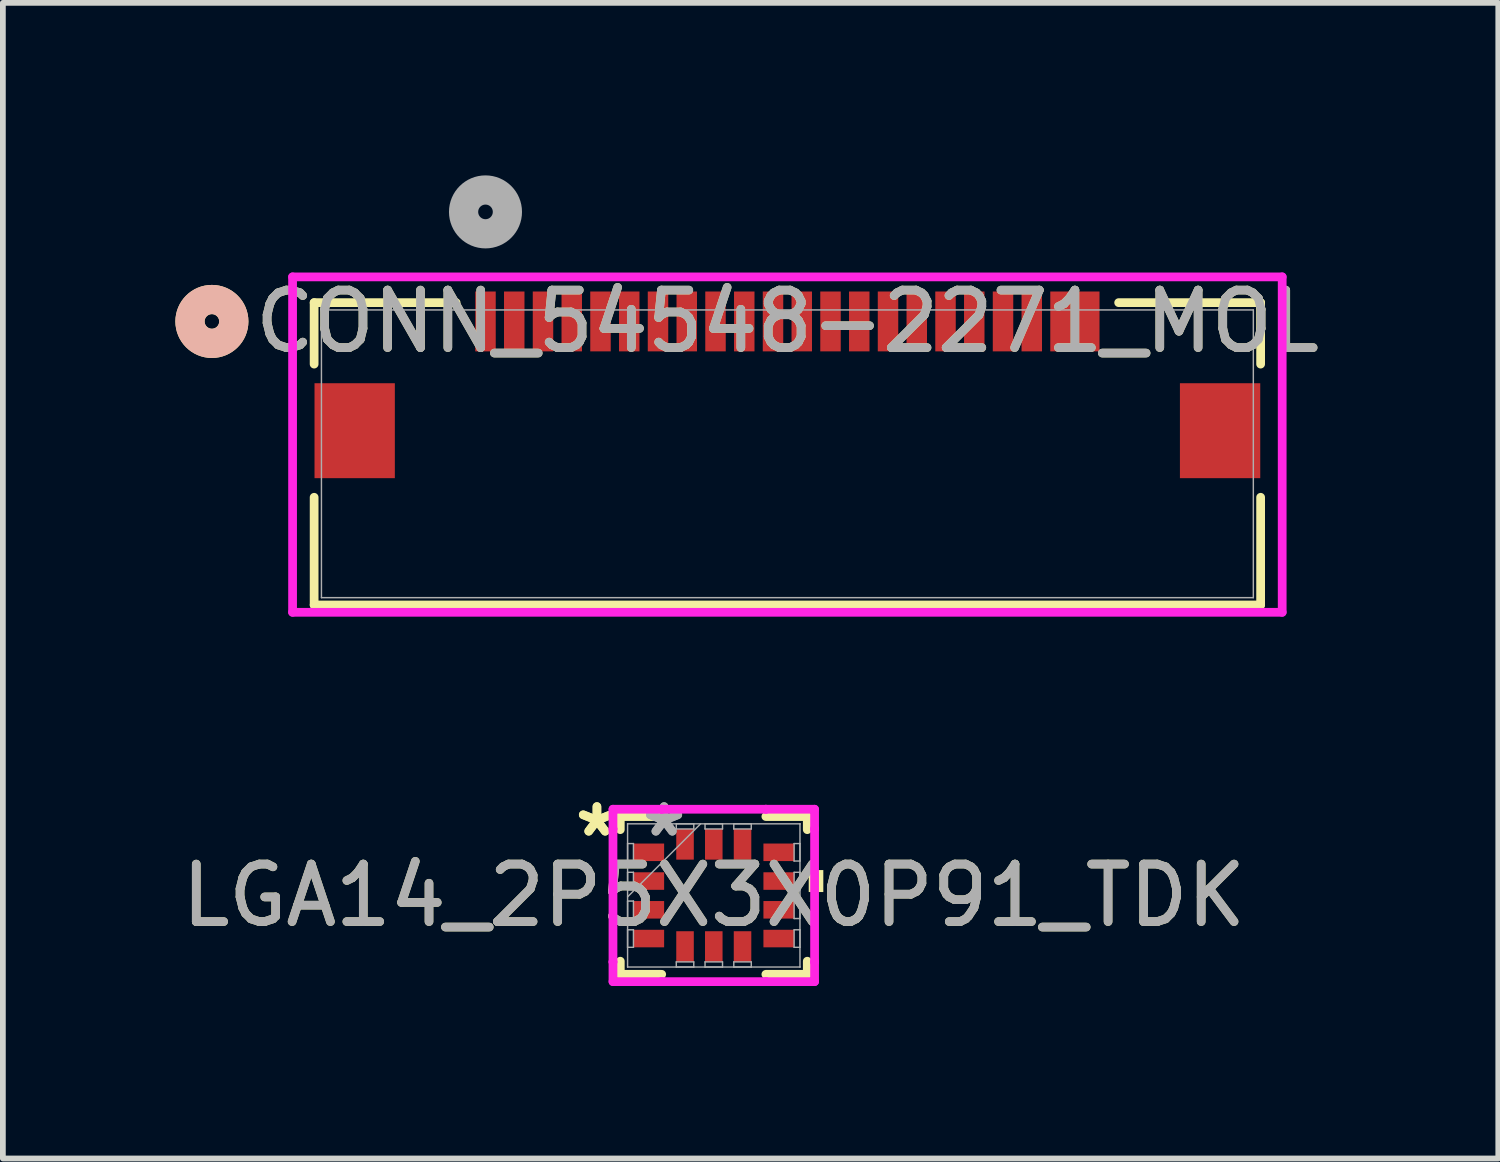
<source format=kicad_pcb>
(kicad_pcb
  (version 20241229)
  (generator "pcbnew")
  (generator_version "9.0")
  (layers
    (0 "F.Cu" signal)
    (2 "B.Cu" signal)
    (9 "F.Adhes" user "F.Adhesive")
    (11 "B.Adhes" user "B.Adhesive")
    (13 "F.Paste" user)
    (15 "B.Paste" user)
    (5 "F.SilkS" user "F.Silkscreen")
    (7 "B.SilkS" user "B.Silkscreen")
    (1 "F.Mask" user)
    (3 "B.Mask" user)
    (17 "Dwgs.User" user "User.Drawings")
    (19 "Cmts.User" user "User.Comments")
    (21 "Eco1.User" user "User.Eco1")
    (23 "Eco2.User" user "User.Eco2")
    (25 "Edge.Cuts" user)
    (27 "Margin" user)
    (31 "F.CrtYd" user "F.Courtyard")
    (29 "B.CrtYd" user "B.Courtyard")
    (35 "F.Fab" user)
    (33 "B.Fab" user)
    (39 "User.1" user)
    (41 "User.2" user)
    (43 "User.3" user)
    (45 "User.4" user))
  (footprint "CONN_54548-2271_MOL"
    (layer "F.Cu")
    (at 10.643 4.842)
    (property "Reference" "CONN_54548-2271_MOL" (at 0 -2.302 0) (unlocked yes) (layer "F.SilkS") (effects (font (size 1 1) (thickness 0.15))))
    (attr smd)
    (fp_line (start -8.23 -2.629) (end -8.23 -1.56) (stroke (width 0.152) (type solid)) (layer "F.SilkS"))
    (fp_line (start -8.23 0.756) (end -8.23 2.629) (stroke (width 0.152) (type solid)) (layer "F.SilkS"))
    (fp_line (start -8.23 2.629) (end 8.23 2.629) (stroke (width 0.152) (type solid)) (layer "F.SilkS"))
    (fp_line (start -5.761 -2.629) (end -8.23 -2.629) (stroke (width 0.152) (type solid)) (layer "F.SilkS"))
    (fp_line (start 8.23 -2.629) (end 5.761 -2.629) (stroke (width 0.152) (type solid)) (layer "F.SilkS"))
    (fp_line (start 8.23 -1.56) (end 8.23 -2.629) (stroke (width 0.152) (type solid)) (layer "F.SilkS"))
    (fp_line (start 8.23 2.629) (end 8.23 0.756) (stroke (width 0.152) (type solid)) (layer "F.SilkS"))
    (fp_circle (center -10.008 -2.302) (end -9.627 -2.302) (stroke (width 0.508) (type solid)) (fill no) (layer "F.SilkS"))
    (fp_circle (center -10.008 -2.302) (end -9.627 -2.302) (stroke (width 0.508) (type solid)) (fill no) (layer "B.SilkS"))
    (fp_line (start -8.605 -3.077) (end -8.605 2.756) (stroke (width 0.152) (type solid)) (layer "F.CrtYd"))
    (fp_line (start -8.605 2.756) (end 8.605 2.756) (stroke (width 0.152) (type solid)) (layer "F.CrtYd"))
    (fp_line (start 8.605 -3.077) (end -8.605 -3.077) (stroke (width 0.152) (type solid)) (layer "F.CrtYd"))
    (fp_line (start 8.605 2.756) (end 8.605 -3.077) (stroke (width 0.152) (type solid)) (layer "F.CrtYd"))
    (fp_line (start -8.103 -2.502) (end -8.103 2.502) (stroke (width 0.025) (type solid)) (layer "F.Fab"))
    (fp_line (start -8.103 2.502) (end 8.103 2.502) (stroke (width 0.025) (type solid)) (layer "F.Fab"))
    (fp_line (start 8.103 -2.502) (end -8.103 -2.502) (stroke (width 0.025) (type solid)) (layer "F.Fab"))
    (fp_line (start 8.103 2.502) (end 8.103 -2.502) (stroke (width 0.025) (type solid)) (layer "F.Fab"))
    (fp_circle (center -5.25 -4.207) (end -4.869 -4.207) (stroke (width 0.508) (type solid)) (fill no) (layer "F.Fab"))
    (fp_text user "${REFERENCE}" (at 0 -2.302 0) (unlocked yes) (layer "F.Fab") (effects (font (size 1 1) (thickness 0.15))))
    (pad "1" smd rect (at -5.25 -2.302) (size 0.356 1.041) (layers "F.Cu" "F.Mask" "F.Paste"))
    (pad "2" smd rect (at -4.75 -2.302) (size 0.356 1.041) (layers "F.Cu" "F.Mask" "F.Paste"))
    (pad "3" smd rect (at -4.25 -2.302) (size 0.356 1.041) (layers "F.Cu" "F.Mask" "F.Paste"))
    (pad "4" smd rect (at -3.75 -2.302) (size 0.356 1.041) (layers "F.Cu" "F.Mask" "F.Paste"))
    (pad "5" smd rect (at -3.25 -2.302) (size 0.356 1.041) (layers "F.Cu" "F.Mask" "F.Paste"))
    (pad "6" smd rect (at -2.75 -2.302) (size 0.356 1.041) (layers "F.Cu" "F.Mask" "F.Paste"))
    (pad "7" smd rect (at -2.25 -2.302) (size 0.356 1.041) (layers "F.Cu" "F.Mask" "F.Paste"))
    (pad "8" smd rect (at -1.75 -2.302) (size 0.356 1.041) (layers "F.Cu" "F.Mask" "F.Paste"))
    (pad "9" smd rect (at -1.25 -2.302) (size 0.356 1.041) (layers "F.Cu" "F.Mask" "F.Paste"))
    (pad "10" smd rect (at -0.75 -2.302) (size 0.356 1.041) (layers "F.Cu" "F.Mask" "F.Paste"))
    (pad "11" smd rect (at -0.25 -2.302) (size 0.356 1.041) (layers "F.Cu" "F.Mask" "F.Paste"))
    (pad "12" smd rect (at 0.25 -2.302) (size 0.356 1.041) (layers "F.Cu" "F.Mask" "F.Paste"))
    (pad "13" smd rect (at 0.75 -2.302) (size 0.356 1.041) (layers "F.Cu" "F.Mask" "F.Paste"))
    (pad "14" smd rect (at 1.25 -2.302) (size 0.356 1.041) (layers "F.Cu" "F.Mask" "F.Paste"))
    (pad "15" smd rect (at 1.75 -2.302) (size 0.356 1.041) (layers "F.Cu" "F.Mask" "F.Paste"))
    (pad "16" smd rect (at 2.25 -2.302) (size 0.356 1.041) (layers "F.Cu" "F.Mask" "F.Paste"))
    (pad "17" smd rect (at 2.75 -2.302) (size 0.356 1.041) (layers "F.Cu" "F.Mask" "F.Paste"))
    (pad "18" smd rect (at 3.25 -2.302) (size 0.356 1.041) (layers "F.Cu" "F.Mask" "F.Paste"))
    (pad "19" smd rect (at 3.75 -2.302) (size 0.356 1.041) (layers "F.Cu" "F.Mask" "F.Paste"))
    (pad "20" smd rect (at 4.25 -2.302) (size 0.356 1.041) (layers "F.Cu" "F.Mask" "F.Paste"))
    (pad "21" smd rect (at 4.75 -2.302) (size 0.356 1.041) (layers "F.Cu" "F.Mask" "F.Paste"))
    (pad "22" smd rect (at 5.25 -2.302) (size 0.356 1.041) (layers "F.Cu" "F.Mask" "F.Paste"))
    (pad "23" smd rect (at -7.525 -0.402 90) (size 1.651 1.397) (layers "F.Cu" "F.Mask" "F.Paste"))
    (pad "24" smd rect (at 7.525 -0.402 90) (size 1.651 1.397) (layers "F.Cu" "F.Mask" "F.Paste")))
  (footprint "LGA14_2P5X3X0P91_TDK"
    (layer "F.Cu")
    (at 9.363 12.522)
    (property "Reference" "LGA14_2P5X3X0P91_TDK" (at 0 0 0) (unlocked yes) (layer "F.SilkS") (effects (font (size 1 1) (thickness 0.15))))
    (attr smd)
    (fp_line (start -1.626 -1.372) (end -1.626 -1.144) (stroke (width 0.152) (type solid)) (layer "F.SilkS"))
    (fp_line (start -1.626 1.144) (end -1.626 1.372) (stroke (width 0.152) (type solid)) (layer "F.SilkS"))
    (fp_line (start -1.626 1.372) (end -0.906 1.372) (stroke (width 0.152) (type solid)) (layer "F.SilkS"))
    (fp_line (start -0.906 -1.372) (end -1.626 -1.372) (stroke (width 0.152) (type solid)) (layer "F.SilkS"))
    (fp_line (start 0.906 1.372) (end 1.626 1.372) (stroke (width 0.152) (type solid)) (layer "F.SilkS"))
    (fp_line (start 1.626 -1.372) (end 0.906 -1.372) (stroke (width 0.152) (type solid)) (layer "F.SilkS"))
    (fp_line (start 1.626 -1.144) (end 1.626 -1.372) (stroke (width 0.152) (type solid)) (layer "F.SilkS"))
    (fp_line (start 1.626 1.372) (end 1.626 1.144) (stroke (width 0.152) (type solid)) (layer "F.SilkS"))
    (fp_poly (pts (xy 1.905 -0.441) (xy 1.905 -0.059) (xy 1.651 -0.059) (xy 1.651 -0.441)) (stroke (width 0) (type solid)) (fill yes) (layer "F.SilkS"))
    (fp_line (start -1.753 -1.499) (end -0.906 -1.499) (stroke (width 0.152) (type solid)) (layer "F.CrtYd"))
    (fp_line (start -1.753 -1.156) (end -1.753 -1.499) (stroke (width 0.152) (type solid)) (layer "F.CrtYd"))
    (fp_line (start -1.753 -1.156) (end -1.753 -1.156) (stroke (width 0.152) (type solid)) (layer "F.CrtYd"))
    (fp_line (start -1.753 1.156) (end -1.753 -1.156) (stroke (width 0.152) (type solid)) (layer "F.CrtYd"))
    (fp_line (start -1.753 1.156) (end -1.753 1.156) (stroke (width 0.152) (type solid)) (layer "F.CrtYd"))
    (fp_line (start -1.753 1.499) (end -1.753 1.156) (stroke (width 0.152) (type solid)) (layer "F.CrtYd"))
    (fp_line (start -0.906 -1.499) (end -0.906 -1.499) (stroke (width 0.152) (type solid)) (layer "F.CrtYd"))
    (fp_line (start -0.906 -1.499) (end 0.906 -1.499) (stroke (width 0.152) (type solid)) (layer "F.CrtYd"))
    (fp_line (start -0.906 1.499) (end -1.753 1.499) (stroke (width 0.152) (type solid)) (layer "F.CrtYd"))
    (fp_line (start -0.906 1.499) (end -0.906 1.499) (stroke (width 0.152) (type solid)) (layer "F.CrtYd"))
    (fp_line (start 0.906 -1.499) (end 0.906 -1.499) (stroke (width 0.152) (type solid)) (layer "F.CrtYd"))
    (fp_line (start 0.906 -1.499) (end 1.753 -1.499) (stroke (width 0.152) (type solid)) (layer "F.CrtYd"))
    (fp_line (start 0.906 1.499) (end -0.906 1.499) (stroke (width 0.152) (type solid)) (layer "F.CrtYd"))
    (fp_line (start 0.906 1.499) (end 0.906 1.499) (stroke (width 0.152) (type solid)) (layer "F.CrtYd"))
    (fp_line (start 1.753 -1.499) (end 1.753 -1.156) (stroke (width 0.152) (type solid)) (layer "F.CrtYd"))
    (fp_line (start 1.753 -1.156) (end 1.753 -1.156) (stroke (width 0.152) (type solid)) (layer "F.CrtYd"))
    (fp_line (start 1.753 -1.156) (end 1.753 1.156) (stroke (width 0.152) (type solid)) (layer "F.CrtYd"))
    (fp_line (start 1.753 1.156) (end 1.753 1.156) (stroke (width 0.152) (type solid)) (layer "F.CrtYd"))
    (fp_line (start 1.753 1.156) (end 1.753 1.499) (stroke (width 0.152) (type solid)) (layer "F.CrtYd"))
    (fp_line (start 1.753 1.499) (end 0.906 1.499) (stroke (width 0.152) (type solid)) (layer "F.CrtYd"))
    (fp_line (start -1.499 -1.245) (end -1.499 -1.245) (stroke (width 0.025) (type solid)) (layer "F.Fab"))
    (fp_line (start -1.499 -1.245) (end -1.499 1.245) (stroke (width 0.025) (type solid)) (layer "F.Fab"))
    (fp_line (start -1.499 -0.902) (end -1.397 -0.902) (stroke (width 0.025) (type solid)) (layer "F.Fab"))
    (fp_line (start -1.499 -0.598) (end -1.499 -0.902) (stroke (width 0.025) (type solid)) (layer "F.Fab"))
    (fp_line (start -1.499 -0.402) (end -1.397 -0.402) (stroke (width 0.025) (type solid)) (layer "F.Fab"))
    (fp_line (start -1.499 -0.098) (end -1.499 -0.402) (stroke (width 0.025) (type solid)) (layer "F.Fab"))
    (fp_line (start -1.499 0.025) (end -0.229 -1.245) (stroke (width 0.025) (type solid)) (layer "F.Fab"))
    (fp_line (start -1.499 0.098) (end -1.397 0.098) (stroke (width 0.025) (type solid)) (layer "F.Fab"))
    (fp_line (start -1.499 0.402) (end -1.499 0.098) (stroke (width 0.025) (type solid)) (layer "F.Fab"))
    (fp_line (start -1.499 0.598) (end -1.397 0.598) (stroke (width 0.025) (type solid)) (layer "F.Fab"))
    (fp_line (start -1.499 0.902) (end -1.499 0.598) (stroke (width 0.025) (type solid)) (layer "F.Fab"))
    (fp_line (start -1.499 1.245) (end -1.499 1.245) (stroke (width 0.025) (type solid)) (layer "F.Fab"))
    (fp_line (start -1.499 1.245) (end 1.499 1.245) (stroke (width 0.025) (type solid)) (layer "F.Fab"))
    (fp_line (start -1.397 -0.902) (end -1.397 -0.598) (stroke (width 0.025) (type solid)) (layer "F.Fab"))
    (fp_line (start -1.397 -0.598) (end -1.499 -0.598) (stroke (width 0.025) (type solid)) (layer "F.Fab"))
    (fp_line (start -1.397 -0.402) (end -1.397 -0.098) (stroke (width 0.025) (type solid)) (layer "F.Fab"))
    (fp_line (start -1.397 -0.098) (end -1.499 -0.098) (stroke (width 0.025) (type solid)) (layer "F.Fab"))
    (fp_line (start -1.397 0.098) (end -1.397 0.402) (stroke (width 0.025) (type solid)) (layer "F.Fab"))
    (fp_line (start -1.397 0.402) (end -1.499 0.402) (stroke (width 0.025) (type solid)) (layer "F.Fab"))
    (fp_line (start -1.397 0.598) (end -1.397 0.902) (stroke (width 0.025) (type solid)) (layer "F.Fab"))
    (fp_line (start -1.397 0.902) (end -1.499 0.902) (stroke (width 0.025) (type solid)) (layer "F.Fab"))
    (fp_line (start -0.652 -1.245) (end -0.348 -1.245) (stroke (width 0.025) (type solid)) (layer "F.Fab"))
    (fp_line (start -0.652 -1.156) (end -0.652 -1.245) (stroke (width 0.025) (type solid)) (layer "F.Fab"))
    (fp_line (start -0.652 1.156) (end -0.348 1.156) (stroke (width 0.025) (type solid)) (layer "F.Fab"))
    (fp_line (start -0.652 1.245) (end -0.652 1.156) (stroke (width 0.025) (type solid)) (layer "F.Fab"))
    (fp_line (start -0.348 -1.245) (end -0.348 -1.156) (stroke (width 0.025) (type solid)) (layer "F.Fab"))
    (fp_line (start -0.348 -1.156) (end -0.652 -1.156) (stroke (width 0.025) (type solid)) (layer "F.Fab"))
    (fp_line (start -0.348 1.156) (end -0.348 1.245) (stroke (width 0.025) (type solid)) (layer "F.Fab"))
    (fp_line (start -0.348 1.245) (end -0.652 1.245) (stroke (width 0.025) (type solid)) (layer "F.Fab"))
    (fp_line (start -0.152 -1.245) (end 0.152 -1.245) (stroke (width 0.025) (type solid)) (layer "F.Fab"))
    (fp_line (start -0.152 -1.156) (end -0.152 -1.245) (stroke (width 0.025) (type solid)) (layer "F.Fab"))
    (fp_line (start -0.152 1.156) (end 0.152 1.156) (stroke (width 0.025) (type solid)) (layer "F.Fab"))
    (fp_line (start -0.152 1.245) (end -0.152 1.156) (stroke (width 0.025) (type solid)) (layer "F.Fab"))
    (fp_line (start 0.152 -1.245) (end 0.152 -1.156) (stroke (width 0.025) (type solid)) (layer "F.Fab"))
    (fp_line (start 0.152 -1.156) (end -0.152 -1.156) (stroke (width 0.025) (type solid)) (layer "F.Fab"))
    (fp_line (start 0.152 1.156) (end 0.152 1.245) (stroke (width 0.025) (type solid)) (layer "F.Fab"))
    (fp_line (start 0.152 1.245) (end -0.152 1.245) (stroke (width 0.025) (type solid)) (layer "F.Fab"))
    (fp_line (start 0.348 -1.245) (end 0.652 -1.245) (stroke (width 0.025) (type solid)) (layer "F.Fab"))
    (fp_line (start 0.348 -1.156) (end 0.348 -1.245) (stroke (width 0.025) (type solid)) (layer "F.Fab"))
    (fp_line (start 0.348 1.156) (end 0.652 1.156) (stroke (width 0.025) (type solid)) (layer "F.Fab"))
    (fp_line (start 0.348 1.245) (end 0.348 1.156) (stroke (width 0.025) (type solid)) (layer "F.Fab"))
    (fp_line (start 0.652 -1.245) (end 0.652 -1.156) (stroke (width 0.025) (type solid)) (layer "F.Fab"))
    (fp_line (start 0.652 -1.156) (end 0.348 -1.156) (stroke (width 0.025) (type solid)) (layer "F.Fab"))
    (fp_line (start 0.652 1.156) (end 0.652 1.245) (stroke (width 0.025) (type solid)) (layer "F.Fab"))
    (fp_line (start 0.652 1.245) (end 0.348 1.245) (stroke (width 0.025) (type solid)) (layer "F.Fab"))
    (fp_line (start 1.397 -0.902) (end 1.499 -0.902) (stroke (width 0.025) (type solid)) (layer "F.Fab"))
    (fp_line (start 1.397 -0.598) (end 1.397 -0.902) (stroke (width 0.025) (type solid)) (layer "F.Fab"))
    (fp_line (start 1.397 -0.402) (end 1.499 -0.402) (stroke (width 0.025) (type solid)) (layer "F.Fab"))
    (fp_line (start 1.397 -0.098) (end 1.397 -0.402) (stroke (width 0.025) (type solid)) (layer "F.Fab"))
    (fp_line (start 1.397 0.098) (end 1.499 0.098) (stroke (width 0.025) (type solid)) (layer "F.Fab"))
    (fp_line (start 1.397 0.402) (end 1.397 0.098) (stroke (width 0.025) (type solid)) (layer "F.Fab"))
    (fp_line (start 1.397 0.598) (end 1.499 0.598) (stroke (width 0.025) (type solid)) (layer "F.Fab"))
    (fp_line (start 1.397 0.902) (end 1.397 0.598) (stroke (width 0.025) (type solid)) (layer "F.Fab"))
    (fp_line (start 1.499 -1.245) (end -1.499 -1.245) (stroke (width 0.025) (type solid)) (layer "F.Fab"))
    (fp_line (start 1.499 -1.245) (end 1.499 -1.245) (stroke (width 0.025) (type solid)) (layer "F.Fab"))
    (fp_line (start 1.499 -0.902) (end 1.499 -0.598) (stroke (width 0.025) (type solid)) (layer "F.Fab"))
    (fp_line (start 1.499 -0.598) (end 1.397 -0.598) (stroke (width 0.025) (type solid)) (layer "F.Fab"))
    (fp_line (start 1.499 -0.402) (end 1.499 -0.098) (stroke (width 0.025) (type solid)) (layer "F.Fab"))
    (fp_line (start 1.499 -0.098) (end 1.397 -0.098) (stroke (width 0.025) (type solid)) (layer "F.Fab"))
    (fp_line (start 1.499 0.098) (end 1.499 0.402) (stroke (width 0.025) (type solid)) (layer "F.Fab"))
    (fp_line (start 1.499 0.402) (end 1.397 0.402) (stroke (width 0.025) (type solid)) (layer "F.Fab"))
    (fp_line (start 1.499 0.598) (end 1.499 0.902) (stroke (width 0.025) (type solid)) (layer "F.Fab"))
    (fp_line (start 1.499 0.902) (end 1.397 0.902) (stroke (width 0.025) (type solid)) (layer "F.Fab"))
    (fp_line (start 1.499 1.245) (end 1.499 -1.245) (stroke (width 0.025) (type solid)) (layer "F.Fab"))
    (fp_line (start 1.499 1.245) (end 1.499 1.245) (stroke (width 0.025) (type solid)) (layer "F.Fab"))
    (fp_text user "*" (at -2.032 -1 0) (layer "F.SilkS") (effects (font (size 1 1) (thickness 0.15))))
    (fp_text user "*" (at -2.032 -1 0) (unlocked yes) (layer "F.SilkS") (effects (font (size 1 1) (thickness 0.15))))
    (fp_text user "*" (at -0.864 -1 0) (layer "F.Fab") (effects (font (size 1 1) (thickness 0.15))))
    (fp_text user "${REFERENCE}" (at 0 0 0) (unlocked yes) (layer "F.Fab") (effects (font (size 1 1) (thickness 0.15))))
    (fp_text user "*" (at -0.864 -1 0) (unlocked yes) (layer "F.Fab") (effects (font (size 1 1) (thickness 0.15))))
    (pad "1" smd rect (at -1.13 -0.75 90) (size 0.305 0.533) (layers "F.Cu" "F.Mask" "F.Paste"))
    (pad "2" smd rect (at -1.13 -0.25 90) (size 0.305 0.533) (layers "F.Cu" "F.Mask" "F.Paste"))
    (pad "3" smd rect (at -1.13 0.25 90) (size 0.305 0.533) (layers "F.Cu" "F.Mask" "F.Paste"))
    (pad "4" smd rect (at -1.13 0.75 90) (size 0.305 0.533) (layers "F.Cu" "F.Mask" "F.Paste"))
    (pad "5" smd rect (at -0.5 0.889) (size 0.305 0.533) (layers "F.Cu" "F.Mask" "F.Paste"))
    (pad "6" smd rect (at 0 0.889) (size 0.305 0.533) (layers "F.Cu" "F.Mask" "F.Paste"))
    (pad "7" smd rect (at 0.5 0.889) (size 0.305 0.533) (layers "F.Cu" "F.Mask" "F.Paste"))
    (pad "8" smd rect (at 1.13 0.75 90) (size 0.305 0.533) (layers "F.Cu" "F.Mask" "F.Paste"))
    (pad "9" smd rect (at 1.13 0.25 90) (size 0.305 0.533) (layers "F.Cu" "F.Mask" "F.Paste"))
    (pad "10" smd rect (at 1.13 -0.25 90) (size 0.305 0.533) (layers "F.Cu" "F.Mask" "F.Paste"))
    (pad "11" smd rect (at 1.13 -0.75 90) (size 0.305 0.533) (layers "F.Cu" "F.Mask" "F.Paste"))
    (pad "12" smd rect (at 0.5 -0.889) (size 0.305 0.533) (layers "F.Cu" "F.Mask" "F.Paste"))
    (pad "13" smd rect (at 0 -0.889) (size 0.305 0.533) (layers "F.Cu" "F.Mask" "F.Paste"))
    (pad "14" smd rect (at -0.5 -0.889) (size 0.305 0.533) (layers "F.Cu" "F.Mask" "F.Paste")))
  (gr_rect
    (start -3 -3)
    (end 23.006 17.097)
    (stroke (width 0.1) (type default))
    (fill no)
    (layer "Edge.Cuts")))
</source>
